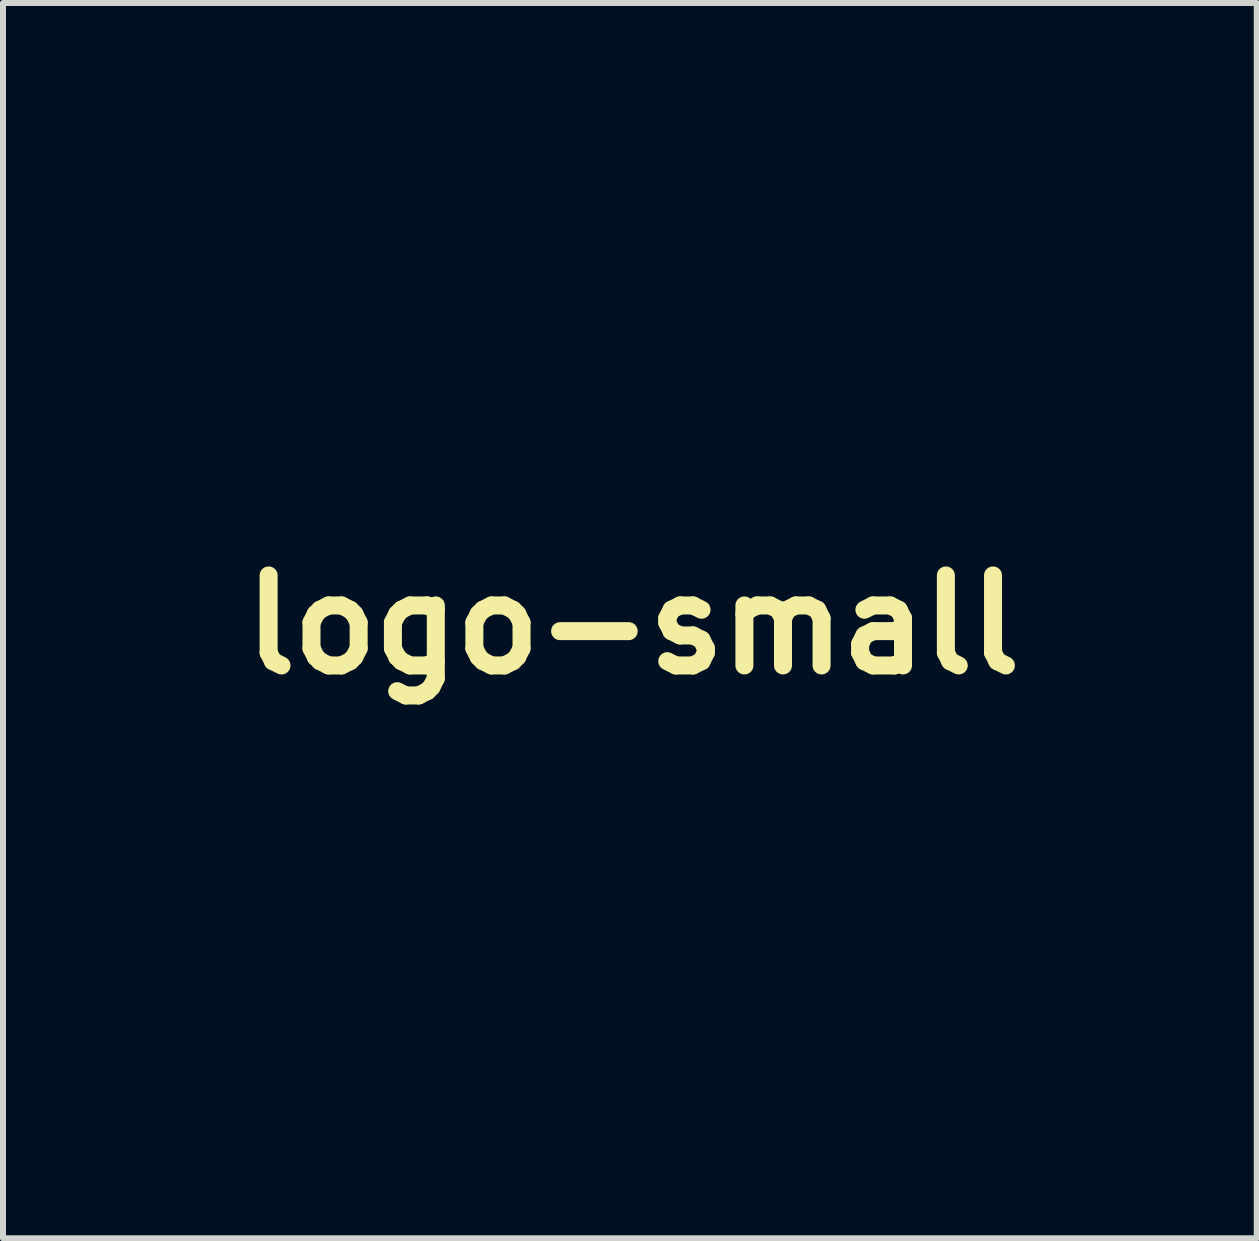
<source format=kicad_pcb>
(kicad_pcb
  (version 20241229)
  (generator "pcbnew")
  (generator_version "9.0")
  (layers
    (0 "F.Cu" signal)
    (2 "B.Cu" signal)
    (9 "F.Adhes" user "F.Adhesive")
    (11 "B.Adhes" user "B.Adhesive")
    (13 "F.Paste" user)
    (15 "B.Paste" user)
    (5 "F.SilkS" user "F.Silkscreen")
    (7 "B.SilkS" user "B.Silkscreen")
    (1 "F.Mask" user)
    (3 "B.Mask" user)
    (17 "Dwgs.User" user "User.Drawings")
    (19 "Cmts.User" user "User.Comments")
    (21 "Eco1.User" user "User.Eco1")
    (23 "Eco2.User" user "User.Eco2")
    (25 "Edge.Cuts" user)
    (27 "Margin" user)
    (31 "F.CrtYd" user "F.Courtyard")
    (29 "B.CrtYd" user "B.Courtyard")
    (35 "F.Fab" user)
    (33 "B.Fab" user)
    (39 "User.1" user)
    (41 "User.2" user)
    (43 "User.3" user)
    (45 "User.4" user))
  (footprint "logo-small"
    (layer "F.Cu")
    (at 7.498 7.361)
    (property "Reference" "logo-small" (at 0 0 0) (layer "F.SilkS") (effects (font (size 1.5 1.5) (thickness 0.3))))
    (attr board_only exclude_from_pos_files exclude_from_bom)
    (fp_poly (pts (xy 0.096 -7.36) (xy 0.161 -7.359) (xy 0.224 -7.358) (xy 0.285 -7.356) (xy 0.347 -7.353) (xy 0.41 -7.349) (xy 0.451 -7.346) (xy 0.704 -7.325) (xy 0.954 -7.295) (xy 1.203 -7.257) (xy 1.45 -7.211) (xy 1.694 -7.157) (xy 1.936 -7.095) (xy 2.175 -7.024) (xy 2.411 -6.946) (xy 2.645 -6.859) (xy 2.876 -6.765) (xy 3.103 -6.663) (xy 3.327 -6.553) (xy 3.548 -6.435) (xy 3.765 -6.31) (xy 3.979 -6.177) (xy 4.189 -6.037) (xy 4.395 -5.889) (xy 4.554 -5.766) (xy 4.64 -5.698) (xy 4.72 -5.632) (xy 4.793 -5.57) (xy 4.86 -5.51) (xy 4.92 -5.454) (xy 4.973 -5.402) (xy 5.019 -5.353) (xy 5.051 -5.316) (xy 5.132 -5.213) (xy 5.205 -5.105) (xy 5.27 -4.994) (xy 5.327 -4.88) (xy 5.377 -4.762) (xy 5.419 -4.641) (xy 5.453 -4.516) (xy 5.479 -4.388) (xy 5.497 -4.258) (xy 5.503 -4.191) (xy 5.505 -4.16) (xy 5.506 -4.121) (xy 5.507 -4.079) (xy 5.506 -4.034) (xy 5.505 -3.988) (xy 5.504 -3.943) (xy 5.502 -3.901) (xy 5.499 -3.864) (xy 5.497 -3.837) (xy 5.478 -3.709) (xy 5.453 -3.585) (xy 5.42 -3.464) (xy 5.38 -3.346) (xy 5.332 -3.229) (xy 5.277 -3.113) (xy 5.213 -2.998) (xy 5.141 -2.883) (xy 5.138 -2.878) (xy 5.094 -2.813) (xy 5.048 -2.75) (xy 5 -2.686) (xy 4.948 -2.621) (xy 4.891 -2.554) (xy 4.828 -2.483) (xy 4.826 -2.48) (xy 4.756 -2.404) (xy 4.691 -2.334) (xy 4.629 -2.271) (xy 4.571 -2.215) (xy 4.515 -2.164) (xy 4.463 -2.119) (xy 4.412 -2.08) (xy 4.364 -2.046) (xy 4.316 -2.016) (xy 4.27 -1.992) (xy 4.225 -1.971) (xy 4.18 -1.954) (xy 4.162 -1.949) (xy 4.13 -1.94) (xy 4.1 -1.933) (xy 4.071 -1.927) (xy 4.04 -1.924) (xy 4.007 -1.922) (xy 3.968 -1.921) (xy 3.941 -1.921) (xy 3.914 -1.921) (xy 3.888 -1.921) (xy 3.864 -1.922) (xy 3.841 -1.924) (xy 3.817 -1.926) (xy 3.791 -1.929) (xy 3.764 -1.933) (xy 3.733 -1.938) (xy 3.698 -1.945) (xy 3.659 -1.953) (xy 3.613 -1.962) (xy 3.561 -1.973) (xy 3.514 -1.983) (xy 3.332 -2.024) (xy 3.159 -2.066) (xy 2.992 -2.11) (xy 2.832 -2.157) (xy 2.679 -2.205) (xy 2.531 -2.256) (xy 2.388 -2.31) (xy 2.25 -2.366) (xy 2.115 -2.426) (xy 1.985 -2.488) (xy 1.978 -2.491) (xy 1.909 -2.526) (xy 1.847 -2.559) (xy 1.789 -2.59) (xy 1.733 -2.621) (xy 1.679 -2.653) (xy 1.624 -2.686) (xy 1.567 -2.722) (xy 1.513 -2.757) (xy 1.48 -2.779) (xy 1.452 -2.796) (xy 1.429 -2.809) (xy 1.408 -2.82) (xy 1.389 -2.828) (xy 1.37 -2.834) (xy 1.35 -2.839) (xy 1.327 -2.843) (xy 1.324 -2.844) (xy 1.299 -2.847) (xy 1.273 -2.849) (xy 1.247 -2.85) (xy 1.219 -2.848) (xy 1.187 -2.844) (xy 1.151 -2.838) (xy 1.109 -2.83) (xy 1.064 -2.82) (xy 0.906 -2.783) (xy 0.756 -2.747) (xy 0.614 -2.71) (xy 0.481 -2.673) (xy 0.355 -2.636) (xy 0.261 -2.606) (xy 0.225 -2.594) (xy 0.197 -2.583) (xy 0.173 -2.574) (xy 0.153 -2.564) (xy 0.135 -2.553) (xy 0.118 -2.54) (xy 0.109 -2.533) (xy 0.095 -2.522) (xy 0.078 -2.505) (xy 0.057 -2.485) (xy 0.035 -2.463) (xy 0.013 -2.439) (xy -0.009 -2.416) (xy -0.029 -2.393) (xy -0.046 -2.373) (xy -0.06 -2.357) (xy -0.068 -2.345) (xy -0.068 -2.345) (xy -0.076 -2.324) (xy -0.076 -2.3) (xy -0.068 -2.274) (xy -0.052 -2.245) (xy -0.046 -2.236) (xy -0.031 -2.218) (xy -0.016 -2.208) (xy 0.000056 -2.205) (xy 0.019 -2.21) (xy 0.041 -2.221) (xy 0.046 -2.224) (xy 0.065 -2.235) (xy 0.084 -2.246) (xy 0.103 -2.256) (xy 0.125 -2.266) (xy 0.151 -2.277) (xy 0.181 -2.289) (xy 0.218 -2.304) (xy 0.236 -2.311) (xy 0.32 -2.342) (xy 0.396 -2.37) (xy 0.467 -2.393) (xy 0.533 -2.413) (xy 0.595 -2.43) (xy 0.654 -2.443) (xy 0.71 -2.454) (xy 0.764 -2.462) (xy 0.77 -2.463) (xy 0.801 -2.466) (xy 0.84 -2.468) (xy 0.883 -2.469) (xy 0.931 -2.469) (xy 0.982 -2.469) (xy 1.034 -2.467) (xy 1.086 -2.465) (xy 1.107 -2.463) (xy 1.142 -2.461) (xy 1.182 -2.459) (xy 1.223 -2.457) (xy 1.262 -2.456) (xy 1.293 -2.455) (xy 1.323 -2.454) (xy 1.347 -2.454) (xy 1.364 -2.453) (xy 1.378 -2.451) (xy 1.388 -2.45) (xy 1.396 -2.447) (xy 1.405 -2.444) (xy 1.405 -2.444) (xy 1.427 -2.43) (xy 1.443 -2.412) (xy 1.453 -2.392) (xy 1.456 -2.37) (xy 1.454 -2.347) (xy 1.445 -2.326) (xy 1.431 -2.308) (xy 1.411 -2.294) (xy 1.396 -2.288) (xy 1.382 -2.285) (xy 1.363 -2.283) (xy 1.338 -2.282) (xy 1.308 -2.282) (xy 1.271 -2.283) (xy 1.226 -2.285) (xy 1.175 -2.288) (xy 1.139 -2.29) (xy 1.055 -2.295) (xy 0.977 -2.298) (xy 0.905 -2.298) (xy 0.838 -2.295) (xy 0.775 -2.289) (xy 0.714 -2.281) (xy 0.655 -2.269) (xy 0.595 -2.255) (xy 0.563 -2.245) (xy 0.529 -2.235) (xy 0.493 -2.223) (xy 0.453 -2.21) (xy 0.413 -2.195) (xy 0.372 -2.18) (xy 0.331 -2.164) (xy 0.292 -2.149) (xy 0.254 -2.134) (xy 0.22 -2.119) (xy 0.19 -2.106) (xy 0.165 -2.094) (xy 0.145 -2.084) (xy 0.132 -2.077) (xy 0.129 -2.074) (xy 0.116 -2.063) (xy 0.1 -2.054) (xy 0.084 -2.048) (xy 0.074 -2.047) (xy 0.067 -2.044) (xy 0.058 -2.035) (xy 0.047 -2.019) (xy 0.038 -2.005) (xy 0.033 -1.996) (xy 0.032 -1.99) (xy 0.034 -1.986) (xy 0.037 -1.982) (xy 0.05 -1.969) (xy 0.068 -1.955) (xy 0.09 -1.94) (xy 0.112 -1.926) (xy 0.125 -1.919) (xy 0.175 -1.896) (xy 0.23 -1.882) (xy 0.289 -1.874) (xy 0.351 -1.875) (xy 0.365 -1.876) (xy 0.383 -1.878) (xy 0.407 -1.881) (xy 0.436 -1.886) (xy 0.469 -1.891) (xy 0.504 -1.898) (xy 0.539 -1.904) (xy 0.544 -1.905) (xy 0.653 -1.926) (xy 0.754 -1.944) (xy 0.848 -1.96) (xy 0.936 -1.973) (xy 1.018 -1.983) (xy 1.094 -1.991) (xy 1.166 -1.997) (xy 1.233 -2) (xy 1.288 -2.001) (xy 1.322 -2.001) (xy 1.353 -1.999) (xy 1.382 -1.996) (xy 1.411 -1.991) (xy 1.441 -1.984) (xy 1.473 -1.975) (xy 1.508 -1.962) (xy 1.549 -1.947) (xy 1.595 -1.928) (xy 1.602 -1.925) (xy 1.627 -1.915) (xy 1.652 -1.905) (xy 1.673 -1.896) (xy 1.69 -1.89) (xy 1.7 -1.886) (xy 1.721 -1.878) (xy 1.734 -1.868) (xy 1.741 -1.855) (xy 1.743 -1.838) (xy 1.742 -1.825) (xy 1.74 -1.815) (xy 1.738 -1.813) (xy 1.73 -1.808) (xy 1.716 -1.802) (xy 1.697 -1.795) (xy 1.674 -1.786) (xy 1.649 -1.778) (xy 1.625 -1.77) (xy 1.601 -1.762) (xy 1.581 -1.757) (xy 1.579 -1.756) (xy 1.561 -1.752) (xy 1.542 -1.748) (xy 1.52 -1.744) (xy 1.496 -1.741) (xy 1.469 -1.737) (xy 1.438 -1.734) (xy 1.402 -1.731) (xy 1.361 -1.728) (xy 1.314 -1.725) (xy 1.261 -1.722) (xy 1.201 -1.718) (xy 1.133 -1.715) (xy 1.107 -1.713) (xy 1.053 -1.71) (xy 1.007 -1.705) (xy 0.968 -1.698) (xy 0.937 -1.689) (xy 0.911 -1.679) (xy 0.891 -1.666) (xy 0.876 -1.651) (xy 0.866 -1.635) (xy 0.859 -1.612) (xy 0.861 -1.589) (xy 0.869 -1.565) (xy 0.884 -1.542) (xy 0.905 -1.521) (xy 0.932 -1.501) (xy 0.962 -1.485) (xy 0.997 -1.472) (xy 1.007 -1.47) (xy 1.016 -1.467) (xy 1.025 -1.466) (xy 1.035 -1.464) (xy 1.047 -1.463) (xy 1.062 -1.462) (xy 1.081 -1.462) (xy 1.105 -1.462) (xy 1.135 -1.462) (xy 1.172 -1.462) (xy 1.198 -1.462) (xy 1.24 -1.462) (xy 1.273 -1.463) (xy 1.301 -1.463) (xy 1.323 -1.462) (xy 1.34 -1.462) (xy 1.354 -1.461) (xy 1.366 -1.46) (xy 1.377 -1.458) (xy 1.388 -1.456) (xy 1.399 -1.454) (xy 1.436 -1.445) (xy 1.472 -1.435) (xy 1.508 -1.423) (xy 1.545 -1.41) (xy 1.584 -1.394) (xy 1.626 -1.376) (xy 1.673 -1.354) (xy 1.724 -1.329) (xy 1.781 -1.3) (xy 1.799 -1.291) (xy 1.859 -1.26) (xy 1.912 -1.233) (xy 1.961 -1.21) (xy 2.006 -1.189) (xy 2.048 -1.172) (xy 2.089 -1.156) (xy 2.13 -1.142) (xy 2.171 -1.129) (xy 2.214 -1.117) (xy 2.261 -1.105) (xy 2.312 -1.093) (xy 2.356 -1.083) (xy 2.41 -1.072) (xy 2.455 -1.062) (xy 2.495 -1.053) (xy 2.528 -1.046) (xy 2.557 -1.04) (xy 2.581 -1.034) (xy 2.602 -1.029) (xy 2.621 -1.024) (xy 2.639 -1.019) (xy 2.656 -1.015) (xy 2.673 -1.01) (xy 2.674 -1.01) (xy 2.714 -0.998) (xy 2.753 -0.985) (xy 2.792 -0.97) (xy 2.833 -0.954) (xy 2.875 -0.935) (xy 2.921 -0.914) (xy 2.97 -0.89) (xy 3.023 -0.862) (xy 3.082 -0.831) (xy 3.147 -0.795) (xy 3.155 -0.79) (xy 3.218 -0.756) (xy 3.274 -0.725) (xy 3.325 -0.698) (xy 3.371 -0.675) (xy 3.412 -0.654) (xy 3.451 -0.636) (xy 3.486 -0.621) (xy 3.52 -0.607) (xy 3.553 -0.594) (xy 3.586 -0.583) (xy 3.595 -0.58) (xy 3.678 -0.556) (xy 3.76 -0.541) (xy 3.84 -0.533) (xy 3.92 -0.533) (xy 3.999 -0.542) (xy 4.079 -0.558) (xy 4.16 -0.582) (xy 4.243 -0.615) (xy 4.303 -0.643) (xy 4.347 -0.666) (xy 4.389 -0.689) (xy 4.43 -0.714) (xy 4.474 -0.742) (xy 4.484 -0.749) (xy 4.512 -0.768) (xy 4.539 -0.787) (xy 4.567 -0.807) (xy 4.594 -0.827) (xy 4.623 -0.849) (xy 4.654 -0.873) (xy 4.687 -0.9) (xy 4.722 -0.929) (xy 4.761 -0.962) (xy 4.805 -0.999) (xy 4.852 -1.039) (xy 4.905 -1.085) (xy 4.964 -1.136) (xy 4.967 -1.139) (xy 5.022 -1.186) (xy 5.071 -1.229) (xy 5.115 -1.267) (xy 5.155 -1.301) (xy 5.192 -1.332) (xy 5.225 -1.359) (xy 5.256 -1.385) (xy 5.286 -1.408) (xy 5.314 -1.431) (xy 5.343 -1.452) (xy 5.372 -1.474) (xy 5.377 -1.478) (xy 5.469 -1.545) (xy 5.559 -1.604) (xy 5.646 -1.656) (xy 5.731 -1.702) (xy 5.815 -1.742) (xy 5.899 -1.775) (xy 5.983 -1.803) (xy 6.069 -1.826) (xy 6.156 -1.844) (xy 6.214 -1.853) (xy 6.252 -1.857) (xy 6.295 -1.859) (xy 6.342 -1.86) (xy 6.391 -1.86) (xy 6.439 -1.859) (xy 6.484 -1.857) (xy 6.523 -1.853) (xy 6.54 -1.851) (xy 6.632 -1.833) (xy 6.717 -1.809) (xy 6.797 -1.778) (xy 6.872 -1.741) (xy 6.941 -1.697) (xy 7.004 -1.647) (xy 7.062 -1.591) (xy 7.114 -1.528) (xy 7.161 -1.458) (xy 7.202 -1.382) (xy 7.204 -1.378) (xy 7.225 -1.33) (xy 7.245 -1.279) (xy 7.263 -1.226) (xy 7.28 -1.17) (xy 7.295 -1.109) (xy 7.309 -1.044) (xy 7.322 -0.974) (xy 7.334 -0.898) (xy 7.345 -0.815) (xy 7.355 -0.725) (xy 7.365 -0.628) (xy 7.366 -0.617) (xy 7.374 -0.517) (xy 7.381 -0.421) (xy 7.387 -0.327) (xy 7.391 -0.234) (xy 7.393 -0.139) (xy 7.395 -0.041) (xy 7.395 0.061) (xy 7.394 0.143) (xy 7.393 0.23) (xy 7.392 0.309) (xy 7.389 0.383) (xy 7.386 0.454) (xy 7.383 0.523) (xy 7.378 0.592) (xy 7.372 0.663) (xy 7.366 0.737) (xy 7.359 0.808) (xy 7.33 1.059) (xy 7.292 1.308) (xy 7.246 1.555) (xy 7.192 1.801) (xy 7.13 2.044) (xy 7.061 2.284) (xy 6.983 2.522) (xy 6.897 2.756) (xy 6.804 2.988) (xy 6.702 3.216) (xy 6.594 3.44) (xy 6.477 3.661) (xy 6.457 3.698) (xy 6.332 3.914) (xy 6.199 4.125) (xy 6.06 4.332) (xy 5.914 4.535) (xy 5.761 4.732) (xy 5.602 4.924) (xy 5.437 5.111) (xy 5.266 5.292) (xy 5.089 5.468) (xy 4.907 5.637) (xy 4.719 5.8) (xy 4.526 5.956) (xy 4.329 6.105) (xy 4.127 6.248) (xy 4.079 6.28) (xy 4.014 6.322) (xy 3.955 6.359) (xy 3.901 6.391) (xy 3.851 6.418) (xy 3.803 6.441) (xy 3.758 6.46) (xy 3.715 6.476) (xy 3.672 6.488) (xy 3.629 6.497) (xy 3.611 6.501) (xy 3.578 6.505) (xy 3.541 6.507) (xy 3.502 6.506) (xy 3.464 6.505) (xy 3.428 6.501) (xy 3.398 6.495) (xy 3.393 6.494) (xy 3.335 6.475) (xy 3.284 6.451) (xy 3.238 6.422) (xy 3.197 6.385) (xy 3.169 6.353) (xy 3.159 6.34) (xy 3.149 6.327) (xy 3.139 6.313) (xy 3.129 6.297) (xy 3.119 6.279) (xy 3.106 6.258) (xy 3.092 6.232) (xy 3.076 6.201) (xy 3.056 6.164) (xy 3.038 6.129) (xy 2.961 5.983) (xy 2.889 5.843) (xy 2.821 5.71) (xy 2.757 5.583) (xy 2.697 5.462) (xy 2.64 5.346) (xy 2.586 5.235) (xy 2.535 5.128) (xy 2.488 5.025) (xy 2.443 4.925) (xy 2.4 4.829) (xy 2.36 4.735) (xy 2.322 4.643) (xy 2.285 4.553) (xy 2.251 4.465) (xy 2.218 4.378) (xy 2.187 4.291) (xy 2.156 4.204) (xy 2.132 4.132) (xy 2.1 4.034) (xy 2.072 3.943) (xy 2.047 3.859) (xy 2.026 3.78) (xy 2.009 3.707) (xy 1.995 3.639) (xy 1.985 3.576) (xy 1.978 3.516) (xy 1.974 3.459) (xy 1.974 3.405) (xy 1.977 3.353) (xy 1.983 3.303) (xy 1.992 3.253) (xy 2.004 3.204) (xy 2.018 3.155) (xy 2.019 3.154) (xy 2.032 3.116) (xy 2.047 3.078) (xy 2.064 3.04) (xy 2.083 3.002) (xy 2.105 2.962) (xy 2.13 2.921) (xy 2.159 2.876) (xy 2.191 2.829) (xy 2.228 2.777) (xy 2.269 2.721) (xy 2.316 2.659) (xy 2.342 2.625) (xy 2.413 2.531) (xy 2.479 2.441) (xy 2.54 2.354) (xy 2.596 2.269) (xy 2.649 2.184) (xy 2.7 2.099) (xy 2.748 2.013) (xy 2.796 1.923) (xy 2.821 1.873) (xy 2.899 1.708) (xy 2.97 1.54) (xy 3.034 1.368) (xy 3.09 1.194) (xy 3.14 1.017) (xy 3.182 0.838) (xy 3.216 0.658) (xy 3.243 0.478) (xy 3.262 0.298) (xy 3.273 0.118) (xy 3.276 -0.06) (xy 3.273 -0.182) (xy 3.271 -0.229) (xy 3.269 -0.269) (xy 3.267 -0.303) (xy 3.265 -0.332) (xy 3.262 -0.357) (xy 3.259 -0.379) (xy 3.255 -0.399) (xy 3.251 -0.417) (xy 3.236 -0.466) (xy 3.214 -0.511) (xy 3.185 -0.555) (xy 3.148 -0.596) (xy 3.103 -0.635) (xy 3.051 -0.672) (xy 2.99 -0.709) (xy 2.961 -0.724) (xy 2.929 -0.74) (xy 2.897 -0.754) (xy 2.865 -0.768) (xy 2.832 -0.781) (xy 2.796 -0.794) (xy 2.757 -0.806) (xy 2.715 -0.819) (xy 2.668 -0.831) (xy 2.616 -0.845) (xy 2.558 -0.859) (xy 2.493 -0.874) (xy 2.421 -0.89) (xy 2.417 -0.891) (xy 2.35 -0.906) (xy 2.29 -0.92) (xy 2.236 -0.933) (xy 2.187 -0.946) (xy 2.141 -0.959) (xy 2.098 -0.973) (xy 2.055 -0.988) (xy 2.013 -1.004) (xy 1.97 -1.022) (xy 1.924 -1.042) (xy 1.874 -1.065) (xy 1.82 -1.09) (xy 1.782 -1.109) (xy 1.728 -1.134) (xy 1.682 -1.156) (xy 1.641 -1.175) (xy 1.605 -1.192) (xy 1.573 -1.206) (xy 1.544 -1.218) (xy 1.517 -1.229) (xy 1.491 -1.239) (xy 1.465 -1.248) (xy 1.438 -1.257) (xy 1.431 -1.26) (xy 1.382 -1.274) (xy 1.334 -1.286) (xy 1.285 -1.295) (xy 1.234 -1.301) (xy 1.179 -1.305) (xy 1.118 -1.307) (xy 1.084 -1.307) (xy 1.042 -1.308) (xy 1.007 -1.309) (xy 0.978 -1.311) (xy 0.952 -1.314) (xy 0.929 -1.318) (xy 0.908 -1.324) (xy 0.895 -1.328) (xy 0.861 -1.342) (xy 0.829 -1.361) (xy 0.799 -1.385) (xy 0.77 -1.415) (xy 0.741 -1.452) (xy 0.722 -1.479) (xy 0.703 -1.508) (xy 0.688 -1.532) (xy 0.678 -1.552) (xy 0.671 -1.569) (xy 0.666 -1.586) (xy 0.664 -1.603) (xy 0.664 -1.603) (xy 0.665 -1.639) (xy 0.673 -1.673) (xy 0.69 -1.706) (xy 0.713 -1.736) (xy 0.742 -1.761) (xy 0.748 -1.765) (xy 0.751 -1.767) (xy 0.753 -1.769) (xy 0.754 -1.77) (xy 0.753 -1.77) (xy 0.749 -1.77) (xy 0.741 -1.769) (xy 0.729 -1.767) (xy 0.713 -1.764) (xy 0.69 -1.759) (xy 0.662 -1.754) (xy 0.626 -1.747) (xy 0.583 -1.739) (xy 0.539 -1.73) (xy 0.501 -1.723) (xy 0.47 -1.717) (xy 0.444 -1.713) (xy 0.422 -1.709) (xy 0.403 -1.707) (xy 0.385 -1.705) (xy 0.368 -1.704) (xy 0.351 -1.704) (xy 0.332 -1.703) (xy 0.318 -1.703) (xy 0.257 -1.705) (xy 0.202 -1.712) (xy 0.151 -1.724) (xy 0.101 -1.741) (xy 0.063 -1.758) (xy 0.028 -1.777) (xy -0.006 -1.798) (xy -0.038 -1.821) (xy -0.067 -1.845) (xy -0.092 -1.868) (xy -0.11 -1.89) (xy -0.115 -1.897) (xy -0.132 -1.93) (xy -0.141 -1.966) (xy -0.141 -2.004) (xy -0.134 -2.041) (xy -0.133 -2.046) (xy -0.123 -2.073) (xy -0.14 -2.091) (xy -0.169 -2.125) (xy -0.194 -2.163) (xy -0.215 -2.203) (xy -0.231 -2.244) (xy -0.241 -2.285) (xy -0.246 -2.324) (xy -0.244 -2.359) (xy -0.244 -2.36) (xy -0.239 -2.381) (xy -0.231 -2.401) (xy -0.22 -2.422) (xy -0.205 -2.445) (xy -0.184 -2.472) (xy -0.164 -2.495) (xy -0.119 -2.547) (xy -0.076 -2.592) (xy -0.037 -2.63) (xy -0.000296 -2.662) (xy 0.034 -2.689) (xy 0.068 -2.711) (xy 0.094 -2.726) (xy 0.114 -2.735) (xy 0.141 -2.745) (xy 0.175 -2.757) (xy 0.215 -2.771) (xy 0.261 -2.786) (xy 0.312 -2.801) (xy 0.366 -2.818) (xy 0.425 -2.835) (xy 0.486 -2.852) (xy 0.549 -2.87) (xy 0.613 -2.887) (xy 0.673 -2.903) (xy 0.699 -2.91) (xy 0.722 -2.916) (xy 0.74 -2.921) (xy 0.753 -2.924) (xy 0.759 -2.926) (xy 0.76 -2.926) (xy 0.755 -2.927) (xy 0.743 -2.929) (xy 0.725 -2.931) (xy 0.704 -2.934) (xy 0.683 -2.937) (xy 0.582 -2.951) (xy 0.481 -2.963) (xy 0.38 -2.972) (xy 0.282 -2.979) (xy 0.188 -2.983) (xy 0.099 -2.986) (xy 0.016 -2.985) (xy -0.004 -2.984) (xy -0.066 -2.982) (xy -0.126 -2.98) (xy -0.183 -2.978) (xy -0.236 -2.976) (xy -0.285 -2.975) (xy -0.329 -2.973) (xy -0.368 -2.971) (xy -0.401 -2.97) (xy -0.428 -2.968) (xy -0.448 -2.967) (xy -0.46 -2.966) (xy -0.463 -2.966) (xy -0.466 -2.965) (xy -0.466 -2.963) (xy -0.463 -2.96) (xy -0.458 -2.956) (xy -0.449 -2.95) (xy -0.435 -2.942) (xy -0.417 -2.932) (xy -0.394 -2.919) (xy -0.364 -2.903) (xy -0.328 -2.884) (xy -0.288 -2.862) (xy -0.246 -2.839) (xy -0.208 -2.818) (xy -0.175 -2.8) (xy -0.147 -2.784) (xy -0.125 -2.772) (xy -0.11 -2.762) (xy -0.101 -2.756) (xy -0.099 -2.754) (xy -0.1 -2.75) (xy -0.105 -2.748) (xy -0.116 -2.747) (xy -0.121 -2.747) (xy -0.13 -2.748) (xy -0.146 -2.749) (xy -0.17 -2.751) (xy -0.2 -2.754) (xy -0.236 -2.757) (xy -0.277 -2.761) (xy -0.322 -2.765) (xy -0.372 -2.77) (xy -0.424 -2.775) (xy -0.479 -2.781) (xy -0.535 -2.786) (xy -0.593 -2.792) (xy -0.651 -2.798) (xy -0.709 -2.804) (xy -0.765 -2.81) (xy -0.82 -2.816) (xy -0.873 -2.821) (xy -0.923 -2.826) (xy -0.969 -2.831) (xy -1.011 -2.836) (xy -1.048 -2.84) (xy -1.079 -2.843) (xy -1.103 -2.846) (xy -1.115 -2.848) (xy -1.146 -2.852) (xy -1.175 -2.855) (xy -1.2 -2.859) (xy -1.22 -2.861) (xy -1.234 -2.863) (xy -1.241 -2.864) (xy -1.241 -2.864) (xy -1.249 -2.863) (xy -1.251 -2.86) (xy -1.248 -2.858) (xy -1.238 -2.851) (xy -1.222 -2.841) (xy -1.199 -2.827) (xy -1.172 -2.811) (xy -1.141 -2.792) (xy -1.105 -2.772) (xy -1.067 -2.749) (xy -1.025 -2.725) (xy -0.994 -2.707) (xy -0.943 -2.677) (xy -0.899 -2.652) (xy -0.861 -2.63) (xy -0.829 -2.611) (xy -0.804 -2.596) (xy -0.783 -2.583) (xy -0.767 -2.573) (xy -0.755 -2.566) (xy -0.748 -2.56) (xy -0.743 -2.556) (xy -0.742 -2.554) (xy -0.742 -2.553) (xy -0.748 -2.552) (xy -0.763 -2.551) (xy -0.785 -2.55) (xy -0.816 -2.549) (xy -0.854 -2.548) (xy -0.899 -2.547) (xy -0.952 -2.547) (xy -1.002 -2.546) (xy -1.047 -2.546) (xy -1.09 -2.545) (xy -1.13 -2.545) (xy -1.165 -2.545) (xy -1.196 -2.544) (xy -1.221 -2.544) (xy -1.24 -2.543) (xy -1.251 -2.543) (xy -1.255 -2.543) (xy -1.256 -2.539) (xy -1.256 -2.529) (xy -1.256 -2.525) (xy -1.257 -2.514) (xy -1.259 -2.508) (xy -1.26 -2.508) (xy -1.266 -2.508) (xy -1.28 -2.507) (xy -1.3 -2.505) (xy -1.327 -2.503) (xy -1.358 -2.5) (xy -1.394 -2.497) (xy -1.433 -2.494) (xy -1.474 -2.49) (xy -1.517 -2.487) (xy -1.561 -2.483) (xy -1.605 -2.479) (xy -1.648 -2.475) (xy -1.689 -2.472) (xy -1.728 -2.468) (xy -1.763 -2.465) (xy -1.793 -2.463) (xy -1.819 -2.46) (xy -1.837 -2.459) (xy -1.904 -2.452) (xy -1.963 -2.446) (xy -2.015 -2.441) (xy -2.061 -2.436) (xy -2.101 -2.431) (xy -2.138 -2.426) (xy -2.17 -2.421) (xy -2.2 -2.416) (xy -2.228 -2.411) (xy -2.254 -2.406) (xy -2.281 -2.4) (xy -2.292 -2.397) (xy -2.387 -2.371) (xy -2.476 -2.339) (xy -2.559 -2.302) (xy -2.636 -2.26) (xy -2.709 -2.211) (xy -2.777 -2.156) (xy -2.813 -2.123) (xy -2.832 -2.104) (xy -2.848 -2.087) (xy -2.862 -2.069) (xy -2.874 -2.05) (xy -2.884 -2.03) (xy -2.894 -2.006) (xy -2.904 -1.977) (xy -2.914 -1.943) (xy -2.924 -1.902) (xy -2.929 -1.886) (xy -2.943 -1.835) (xy -2.957 -1.79) (xy -2.973 -1.75) (xy -2.991 -1.712) (xy -3.012 -1.673) (xy -3.038 -1.633) (xy -3.044 -1.624) (xy -3.074 -1.582) (xy -3.105 -1.548) (xy -3.136 -1.521) (xy -3.169 -1.501) (xy -3.203 -1.488) (xy -3.236 -1.482) (xy -3.272 -1.477) (xy -3.259 -1.457) (xy -3.226 -1.412) (xy -3.189 -1.368) (xy -3.15 -1.325) (xy -3.11 -1.286) (xy -3.071 -1.253) (xy -3.051 -1.238) (xy -2.994 -1.201) (xy -2.936 -1.17) (xy -2.877 -1.144) (xy -2.821 -1.125) (xy -2.819 -1.124) (xy -2.753 -1.11) (xy -2.683 -1.103) (xy -2.611 -1.102) (xy -2.538 -1.109) (xy -2.465 -1.123) (xy -2.426 -1.134) (xy -2.407 -1.139) (xy -2.393 -1.143) (xy -2.383 -1.145) (xy -2.38 -1.145) (xy -2.381 -1.139) (xy -2.385 -1.128) (xy -2.39 -1.112) (xy -2.395 -1.099) (xy -2.399 -1.087) (xy -2.405 -1.068) (xy -2.414 -1.042) (xy -2.424 -1.012) (xy -2.435 -0.976) (xy -2.448 -0.937) (xy -2.462 -0.896) (xy -2.476 -0.852) (xy -2.482 -0.831) (xy -2.498 -0.782) (xy -2.516 -0.726) (xy -2.536 -0.666) (xy -2.556 -0.603) (xy -2.577 -0.54) (xy -2.597 -0.477) (xy -2.617 -0.417) (xy -2.635 -0.362) (xy -2.638 -0.352) (xy -2.654 -0.304) (xy -2.67 -0.255) (xy -2.686 -0.206) (xy -2.702 -0.159) (xy -2.716 -0.114) (xy -2.729 -0.073) (xy -2.741 -0.038) (xy -2.75 -0.008) (xy -2.756 0.009) (xy -2.767 0.042) (xy -2.778 0.076) (xy -2.789 0.109) (xy -2.8 0.139) (xy -2.809 0.164) (xy -2.814 0.177) (xy -2.827 0.211) (xy -2.837 0.241) (xy -2.842 0.268) (xy -2.845 0.293) (xy -2.843 0.317) (xy -2.837 0.343) (xy -2.828 0.372) (xy -2.814 0.405) (xy -2.796 0.444) (xy -2.796 0.444) (xy -2.78 0.48) (xy -2.768 0.51) (xy -2.76 0.537) (xy -2.755 0.561) (xy -2.752 0.586) (xy -2.752 0.612) (xy -2.753 0.621) (xy -2.759 0.669) (xy -2.772 0.716) (xy -2.792 0.764) (xy -2.821 0.814) (xy -2.827 0.824) (xy -2.843 0.848) (xy -2.861 0.872) (xy -2.88 0.896) (xy -2.902 0.921) (xy -2.928 0.95) (xy -2.959 0.983) (xy -2.967 0.991) (xy -2.99 1.015) (xy -3.014 1.04) (xy -3.038 1.066) (xy -3.06 1.089) (xy -3.076 1.107) (xy -3.091 1.122) (xy -3.11 1.143) (xy -3.133 1.167) (xy -3.158 1.193) (xy -3.185 1.221) (xy -3.211 1.248) (xy -3.221 1.258) (xy -3.278 1.316) (xy -3.328 1.369) (xy -3.372 1.417) (xy -3.41 1.46) (xy -3.443 1.499) (xy -3.471 1.533) (xy -3.494 1.564) (xy -3.512 1.591) (xy -3.524 1.614) (xy -3.534 1.638) (xy -3.542 1.667) (xy -3.548 1.697) (xy -3.55 1.725) (xy -3.55 1.728) (xy -3.547 1.769) (xy -3.537 1.807) (xy -3.52 1.842) (xy -3.495 1.876) (xy -3.462 1.909) (xy -3.434 1.932) (xy -3.384 1.964) (xy -3.332 1.989) (xy -3.276 2.006) (xy -3.24 2.016) (xy -3.205 2.029) (xy -3.172 2.045) (xy -3.145 2.061) (xy -3.13 2.072) (xy -3.112 2.093) (xy -3.101 2.116) (xy -3.098 2.141) (xy -3.103 2.169) (xy -3.115 2.201) (xy -3.118 2.207) (xy -3.144 2.266) (xy -3.162 2.324) (xy -3.172 2.382) (xy -3.175 2.431) (xy -3.172 2.485) (xy -3.163 2.537) (xy -3.148 2.585) (xy -3.128 2.628) (xy -3.103 2.667) (xy -3.073 2.7) (xy -3.039 2.725) (xy -3.032 2.73) (xy -3.018 2.737) (xy -3.002 2.744) (xy -2.983 2.75) (xy -2.959 2.757) (xy -2.931 2.763) (xy -2.895 2.771) (xy -2.875 2.775) (xy -2.85 2.78) (xy -2.827 2.785) (xy -2.808 2.789) (xy -2.795 2.793) (xy -2.789 2.795) (xy -2.784 2.802) (xy -2.781 2.815) (xy -2.783 2.83) (xy -2.787 2.845) (xy -2.787 2.847) (xy -2.792 2.854) (xy -2.801 2.867) (xy -2.813 2.884) (xy -2.828 2.904) (xy -2.844 2.925) (xy -2.877 2.969) (xy -2.905 3.008) (xy -2.928 3.043) (xy -2.946 3.076) (xy -2.96 3.107) (xy -2.971 3.138) (xy -2.979 3.169) (xy -2.983 3.194) (xy -2.986 3.234) (xy -2.982 3.274) (xy -2.97 3.317) (xy -2.964 3.335) (xy -2.951 3.371) (xy -2.944 3.404) (xy -2.94 3.437) (xy -2.941 3.473) (xy -2.941 3.48) (xy -2.949 3.545) (xy -2.964 3.609) (xy -2.986 3.669) (xy -2.994 3.685) (xy -3.007 3.709) (xy -3.02 3.731) (xy -3.036 3.753) (xy -3.055 3.777) (xy -3.063 3.785) (xy -3.085 3.816) (xy -3.105 3.85) (xy -3.122 3.887) (xy -3.133 3.921) (xy -3.134 3.922) (xy -3.137 3.938) (xy -3.14 3.959) (xy -3.143 3.983) (xy -3.145 4.003) (xy -3.147 4.06) (xy -3.142 4.113) (xy -3.13 4.161) (xy -3.111 4.204) (xy -3.085 4.244) (xy -3.051 4.28) (xy -3.009 4.313) (xy -2.96 4.343) (xy -2.942 4.352) (xy -2.91 4.367) (xy -2.878 4.38) (xy -2.846 4.391) (xy -2.813 4.401) (xy -2.778 4.409) (xy -2.74 4.416) (xy -2.697 4.422) (xy -2.649 4.427) (xy -2.595 4.432) (xy -2.533 4.437) (xy -2.525 4.437) (xy -2.472 4.44) (xy -2.427 4.442) (xy -2.386 4.443) (xy -2.349 4.443) (xy -2.314 4.441) (xy -2.279 4.439) (xy -2.252 4.437) (xy -2.226 4.434) (xy -2.202 4.433) (xy -2.178 4.432) (xy -2.153 4.432) (xy -2.125 4.433) (xy -2.092 4.435) (xy -2.054 4.438) (xy -2.01 4.442) (xy -1.933 4.45) (xy -1.863 4.459) (xy -1.799 4.471) (xy -1.738 4.486) (xy -1.68 4.503) (xy -1.623 4.524) (xy -1.565 4.548) (xy -1.517 4.572) (xy -1.452 4.608) (xy -1.393 4.649) (xy -1.341 4.695) (xy -1.295 4.747) (xy -1.254 4.805) (xy -1.217 4.87) (xy -1.209 4.885) (xy -1.199 4.907) (xy -1.189 4.929) (xy -1.181 4.951) (xy -1.172 4.974) (xy -1.164 5) (xy -1.156 5.029) (xy -1.147 5.063) (xy -1.137 5.102) (xy -1.126 5.148) (xy -1.118 5.185) (xy -1.105 5.243) (xy -1.093 5.294) (xy -1.083 5.339) (xy -1.075 5.379) (xy -1.068 5.414) (xy -1.063 5.447) (xy -1.058 5.476) (xy -1.055 5.505) (xy -1.053 5.533) (xy -1.051 5.562) (xy -1.05 5.593) (xy -1.049 5.626) (xy -1.049 5.663) (xy -1.049 5.682) (xy -1.05 5.749) (xy -1.052 5.811) (xy -1.055 5.87) (xy -1.061 5.925) (xy -1.069 5.977) (xy -1.079 6.028) (xy -1.092 6.077) (xy -1.108 6.126) (xy -1.127 6.174) (xy -1.149 6.224) (xy -1.176 6.275) (xy -1.206 6.327) (xy -1.241 6.383) (xy -1.28 6.442) (xy -1.325 6.505) (xy -1.374 6.572) (xy -1.429 6.645) (xy -1.459 6.684) (xy -1.482 6.714) (xy -1.506 6.745) (xy -1.529 6.775) (xy -1.551 6.804) (xy -1.57 6.829) (xy -1.585 6.848) (xy -1.586 6.85) (xy -1.605 6.874) (xy -1.626 6.902) (xy -1.648 6.932) (xy -1.67 6.961) (xy -1.682 6.978) (xy -1.72 7.028) (xy -1.757 7.072) (xy -1.793 7.109) (xy -1.829 7.139) (xy -1.866 7.164) (xy -1.904 7.185) (xy -1.945 7.202) (xy -1.982 7.213) (xy -2.004 7.217) (xy -2.032 7.22) (xy -2.064 7.223) (xy -2.097 7.224) (xy -2.128 7.223) (xy -2.157 7.222) (xy -2.179 7.219) (xy -2.18 7.219) (xy -2.202 7.213) (xy -2.232 7.205) (xy -2.267 7.194) (xy -2.308 7.181) (xy -2.354 7.167) (xy -2.403 7.15) (xy -2.455 7.132) (xy -2.509 7.113) (xy -2.564 7.094) (xy -2.619 7.074) (xy -2.674 7.054) (xy -2.727 7.034) (xy -2.777 7.014) (xy -2.816 6.999) (xy -3.047 6.902) (xy -3.274 6.797) (xy -3.498 6.685) (xy -3.717 6.566) (xy -3.932 6.439) (xy -4.142 6.306) (xy -4.348 6.165) (xy -4.549 6.018) (xy -4.744 5.864) (xy -4.935 5.704) (xy -5.12 5.538) (xy -5.3 5.365) (xy -5.474 5.187) (xy -5.642 5.002) (xy -5.803 4.812) (xy -5.959 4.616) (xy -6.108 4.415) (xy -6.251 4.209) (xy -6.38 4.01) (xy -6.509 3.793) (xy -6.631 3.574) (xy -6.745 3.35) (xy -6.851 3.124) (xy -6.949 2.894) (xy -7.04 2.662) (xy -7.122 2.427) (xy -7.196 2.189) (xy -7.263 1.949) (xy -7.321 1.706) (xy -7.371 1.462) (xy -7.413 1.215) (xy -7.446 0.967) (xy -7.472 0.717) (xy -7.488 0.466) (xy -7.497 0.213) (xy -7.498 0.085) (xy -7.494 -0.169) (xy -7.482 -0.423) (xy -7.461 -0.675) (xy -7.433 -0.926) (xy -7.396 -1.174) (xy -7.351 -1.421) (xy -7.298 -1.665) (xy -7.238 -1.907) (xy -7.169 -2.146) (xy -7.093 -2.383) (xy -7.009 -2.616) (xy -6.917 -2.846) (xy -6.817 -3.073) (xy -6.71 -3.297) (xy -6.596 -3.516) (xy -6.474 -3.732) (xy -6.346 -3.941) (xy -6.234 -4.112) (xy -6.115 -4.282) (xy -5.992 -4.449) (xy -5.864 -4.613) (xy -5.732 -4.772) (xy -5.597 -4.927) (xy -5.46 -5.075) (xy -5.321 -5.216) (xy -5.248 -5.287) (xy -5.178 -5.354) (xy -5.113 -5.415) (xy -5.05 -5.472) (xy -4.99 -5.526) (xy -4.931 -5.577) (xy -4.872 -5.628) (xy -4.811 -5.678) (xy -4.748 -5.73) (xy -4.72 -5.752) (xy -4.522 -5.905) (xy -4.319 -6.051) (xy -4.112 -6.189) (xy -3.901 -6.32) (xy -3.685 -6.443) (xy -3.467 -6.559) (xy -3.244 -6.667) (xy -3.018 -6.768) (xy -2.788 -6.861) (xy -2.555 -6.946) (xy -2.319 -7.023) (xy -2.079 -7.093) (xy -1.836 -7.155) (xy -1.591 -7.209) (xy -1.342 -7.255) (xy -1.091 -7.293) (xy -0.837 -7.322) (xy -0.641 -7.34) (xy -0.592 -7.344) (xy -0.547 -7.347) (xy -0.507 -7.35) (xy -0.47 -7.352) (xy -0.433 -7.354) (xy -0.397 -7.355) (xy -0.36 -7.357) (xy -0.32 -7.358) (xy -0.276 -7.358) (xy -0.227 -7.359) (xy -0.171 -7.36) (xy -0.132 -7.36) (xy -0.05 -7.361) (xy 0.026 -7.361)) (stroke (width 0) (type solid)) (fill yes) (layer "F.Mask")))
  (gr_rect
    (start -3 -3)
    (end 17.893 17.585)
    (stroke (width 0.1) (type default))
    (fill no)
    (layer "Edge.Cuts")))
</source>
